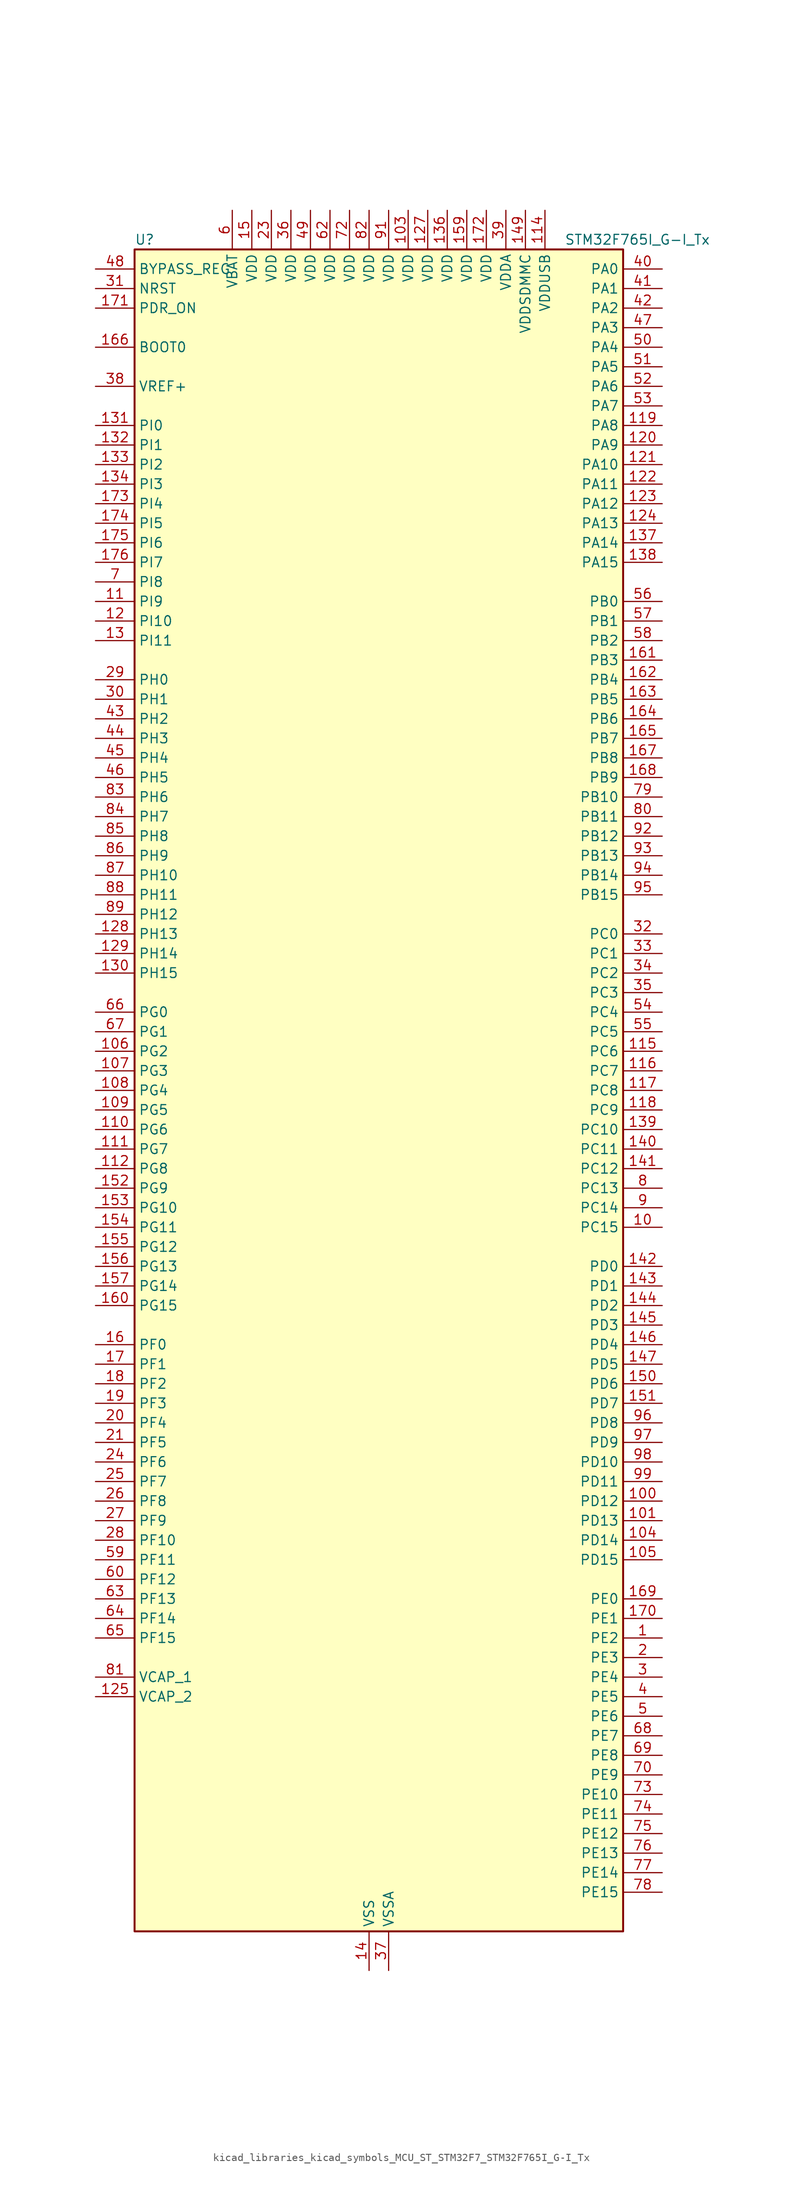
<source format=kicad_sym>
(kicad_symbol_lib
  (version 20220914)
  (generator kicad_symbol_editor)
  (symbol "kicad_libraries_kicad_symbols_MCU_ST_STM32F7_STM32F765I_G-I_Tx"
    (property "Reference" "U"
      (at -30.48 110.49 0)
      (effects (font (size 1.27 1.27)) (justify left)))
    (property "Value" "STM32F765I_G-I_Tx"
      (at 25.4 110.49 0)
      (effects (font (size 1.27 1.27)) (justify left)))
    (property "ki_locked" ""
      (at 0 0 0)
      (effects (font (size 1.27 1.27))))
    (symbol "kicad_libraries_kicad_symbols_MCU_ST_STM32F7_STM32F765I_G-I_Tx_0_1"
      (rectangle (start -30.48 -109.22) (end 33.02 109.22) (stroke (width 0.254) (type default)) (fill (type background))))
    (symbol "kicad_libraries_kicad_symbols_MCU_ST_STM32F7_STM32F765I_G-I_Tx_1_1"
      (pin bidirectional line (at 38.1 -71.12 180) (length 5.08) (name "PE2" (effects (font (size 1.27 1.27)))) (number "1" (effects (font (size 1.27 1.27)))) (alternate "ETH_TXD3" bidirectional line) (alternate "FMC_A23" bidirectional line) (alternate "QUADSPI_BK1_IO2" bidirectional line) (alternate "SAI1_MCLK_A" bidirectional line) (alternate "SPI4_SCK" bidirectional line) (alternate "SYS_TRACECLK" bidirectional line))
      (pin bidirectional line (at 38.1 -17.78 180) (length 5.08) (name "PC15" (effects (font (size 1.27 1.27)))) (number "10" (effects (font (size 1.27 1.27)))) (alternate "RCC_OSC32_OUT" bidirectional line))
      (pin bidirectional line (at 38.1 -53.34 180) (length 5.08) (name "PD12" (effects (font (size 1.27 1.27)))) (number "100" (effects (font (size 1.27 1.27)))) (alternate "FMC_A17" bidirectional line) (alternate "FMC_ALE" bidirectional line) (alternate "I2C4_SCL" bidirectional line) (alternate "LPTIM1_IN1" bidirectional line) (alternate "QUADSPI_BK1_IO1" bidirectional line) (alternate "SAI2_FS_A" bidirectional line) (alternate "TIM4_CH1" bidirectional line) (alternate "USART3_DE" bidirectional line) (alternate "USART3_RTS" bidirectional line))
      (pin bidirectional line (at 38.1 -55.88 180) (length 5.08) (name "PD13" (effects (font (size 1.27 1.27)))) (number "101" (effects (font (size 1.27 1.27)))) (alternate "FMC_A18" bidirectional line) (alternate "I2C4_SDA" bidirectional line) (alternate "LPTIM1_OUT" bidirectional line) (alternate "QUADSPI_BK1_IO3" bidirectional line) (alternate "SAI2_SCK_A" bidirectional line) (alternate "TIM4_CH2" bidirectional line))
      (pin passive line (at 0 -114.3 90) (length 5.08) hide (name "VSS" (effects (font (size 1.27 1.27)))) (number "102" (effects (font (size 1.27 1.27)))))
      (pin power_in line (at 5.08 114.3 270) (length 5.08) (name "VDD" (effects (font (size 1.27 1.27)))) (number "103" (effects (font (size 1.27 1.27)))))
      (pin bidirectional line (at 38.1 -58.42 180) (length 5.08) (name "PD14" (effects (font (size 1.27 1.27)))) (number "104" (effects (font (size 1.27 1.27)))) (alternate "FMC_D0" bidirectional line) (alternate "FMC_DA0" bidirectional line) (alternate "TIM4_CH3" bidirectional line) (alternate "UART8_CTS" bidirectional line))
      (pin bidirectional line (at 38.1 -60.96 180) (length 5.08) (name "PD15" (effects (font (size 1.27 1.27)))) (number "105" (effects (font (size 1.27 1.27)))) (alternate "FMC_D1" bidirectional line) (alternate "FMC_DA1" bidirectional line) (alternate "TIM4_CH4" bidirectional line) (alternate "UART8_DE" bidirectional line) (alternate "UART8_RTS" bidirectional line))
      (pin bidirectional line (at -35.56 5.08 0) (length 5.08) (name "PG2" (effects (font (size 1.27 1.27)))) (number "106" (effects (font (size 1.27 1.27)))) (alternate "FMC_A12" bidirectional line))
      (pin bidirectional line (at -35.56 2.54 0) (length 5.08) (name "PG3" (effects (font (size 1.27 1.27)))) (number "107" (effects (font (size 1.27 1.27)))) (alternate "FMC_A13" bidirectional line))
      (pin bidirectional line (at -35.56 0 0) (length 5.08) (name "PG4" (effects (font (size 1.27 1.27)))) (number "108" (effects (font (size 1.27 1.27)))) (alternate "FMC_A14" bidirectional line) (alternate "FMC_BA0" bidirectional line))
      (pin bidirectional line (at -35.56 -2.54 0) (length 5.08) (name "PG5" (effects (font (size 1.27 1.27)))) (number "109" (effects (font (size 1.27 1.27)))) (alternate "FMC_A15" bidirectional line) (alternate "FMC_BA1" bidirectional line))
      (pin bidirectional line (at -35.56 63.5 0) (length 5.08) (name "PI9" (effects (font (size 1.27 1.27)))) (number "11" (effects (font (size 1.27 1.27)))) (alternate "CAN1_RX" bidirectional line) (alternate "DAC_EXTI9" bidirectional line) (alternate "FMC_D30" bidirectional line) (alternate "UART4_RX" bidirectional line))
      (pin bidirectional line (at -35.56 -5.08 0) (length 5.08) (name "PG6" (effects (font (size 1.27 1.27)))) (number "110" (effects (font (size 1.27 1.27)))) (alternate "DCMI_D12" bidirectional line) (alternate "FMC_NE3" bidirectional line))
      (pin bidirectional line (at -35.56 -7.62 0) (length 5.08) (name "PG7" (effects (font (size 1.27 1.27)))) (number "111" (effects (font (size 1.27 1.27)))) (alternate "DCMI_D13" bidirectional line) (alternate "FMC_INT" bidirectional line) (alternate "SAI1_MCLK_A" bidirectional line) (alternate "USART6_CK" bidirectional line))
      (pin bidirectional line (at -35.56 -10.16 0) (length 5.08) (name "PG8" (effects (font (size 1.27 1.27)))) (number "112" (effects (font (size 1.27 1.27)))) (alternate "ETH_PPS_OUT" bidirectional line) (alternate "FMC_SDCLK" bidirectional line) (alternate "SPDIFRX_IN2" bidirectional line) (alternate "SPI6_NSS" bidirectional line) (alternate "USART6_DE" bidirectional line) (alternate "USART6_RTS" bidirectional line))
      (pin passive line (at 0 -114.3 90) (length 5.08) hide (name "VSS" (effects (font (size 1.27 1.27)))) (number "113" (effects (font (size 1.27 1.27)))))
      (pin power_in line (at 22.86 114.3 270) (length 5.08) (name "VDDUSB" (effects (font (size 1.27 1.27)))) (number "114" (effects (font (size 1.27 1.27)))))
      (pin bidirectional line (at 38.1 5.08 180) (length 5.08) (name "PC6" (effects (font (size 1.27 1.27)))) (number "115" (effects (font (size 1.27 1.27)))) (alternate "DCMI_D0" bidirectional line) (alternate "DFSDM1_CKIN3" bidirectional line) (alternate "FMC_NWAIT" bidirectional line) (alternate "I2S2_MCK" bidirectional line) (alternate "SDMMC1_D6" bidirectional line) (alternate "SDMMC2_D6" bidirectional line) (alternate "TIM3_CH1" bidirectional line) (alternate "TIM8_CH1" bidirectional line) (alternate "USART6_TX" bidirectional line))
      (pin bidirectional line (at 38.1 2.54 180) (length 5.08) (name "PC7" (effects (font (size 1.27 1.27)))) (number "116" (effects (font (size 1.27 1.27)))) (alternate "DCMI_D1" bidirectional line) (alternate "DFSDM1_DATIN3" bidirectional line) (alternate "FMC_NE1" bidirectional line) (alternate "I2S3_MCK" bidirectional line) (alternate "SDMMC1_D7" bidirectional line) (alternate "SDMMC2_D7" bidirectional line) (alternate "TIM3_CH2" bidirectional line) (alternate "TIM8_CH2" bidirectional line) (alternate "USART6_RX" bidirectional line))
      (pin bidirectional line (at 38.1 0 180) (length 5.08) (name "PC8" (effects (font (size 1.27 1.27)))) (number "117" (effects (font (size 1.27 1.27)))) (alternate "DCMI_D2" bidirectional line) (alternate "FMC_NCE" bidirectional line) (alternate "FMC_NE2" bidirectional line) (alternate "SDMMC1_D0" bidirectional line) (alternate "SYS_TRACED1" bidirectional line) (alternate "TIM3_CH3" bidirectional line) (alternate "TIM8_CH3" bidirectional line) (alternate "UART5_DE" bidirectional line) (alternate "UART5_RTS" bidirectional line) (alternate "USART6_CK" bidirectional line))
      (pin bidirectional line (at 38.1 -2.54 180) (length 5.08) (name "PC9" (effects (font (size 1.27 1.27)))) (number "118" (effects (font (size 1.27 1.27)))) (alternate "DAC_EXTI9" bidirectional line) (alternate "DCMI_D3" bidirectional line) (alternate "I2C3_SDA" bidirectional line) (alternate "I2S_CKIN" bidirectional line) (alternate "QUADSPI_BK1_IO0" bidirectional line) (alternate "RCC_MCO_2" bidirectional line) (alternate "SDMMC1_D1" bidirectional line) (alternate "TIM3_CH4" bidirectional line) (alternate "TIM8_CH4" bidirectional line) (alternate "UART5_CTS" bidirectional line))
      (pin bidirectional line (at 38.1 86.36 180) (length 5.08) (name "PA8" (effects (font (size 1.27 1.27)))) (number "119" (effects (font (size 1.27 1.27)))) (alternate "CAN3_RX" bidirectional line) (alternate "I2C3_SCL" bidirectional line) (alternate "RCC_MCO_1" bidirectional line) (alternate "TIM1_CH1" bidirectional line) (alternate "TIM8_BKIN2" bidirectional line) (alternate "UART7_RX" bidirectional line) (alternate "USART1_CK" bidirectional line) (alternate "USB_OTG_FS_SOF" bidirectional line))
      (pin bidirectional line (at -35.56 60.96 0) (length 5.08) (name "PI10" (effects (font (size 1.27 1.27)))) (number "12" (effects (font (size 1.27 1.27)))) (alternate "ETH_RX_ER" bidirectional line) (alternate "FMC_D31" bidirectional line))
      (pin bidirectional line (at 38.1 83.82 180) (length 5.08) (name "PA9" (effects (font (size 1.27 1.27)))) (number "120" (effects (font (size 1.27 1.27)))) (alternate "DAC_EXTI9" bidirectional line) (alternate "DCMI_D0" bidirectional line) (alternate "I2C3_SMBA" bidirectional line) (alternate "I2S2_CK" bidirectional line) (alternate "SPI2_SCK" bidirectional line) (alternate "TIM1_CH2" bidirectional line) (alternate "USART1_TX" bidirectional line) (alternate "USB_OTG_FS_VBUS" bidirectional line))
      (pin bidirectional line (at 38.1 81.28 180) (length 5.08) (name "PA10" (effects (font (size 1.27 1.27)))) (number "121" (effects (font (size 1.27 1.27)))) (alternate "DCMI_D1" bidirectional line) (alternate "MDIOS_MDIO" bidirectional line) (alternate "TIM1_CH3" bidirectional line) (alternate "USART1_RX" bidirectional line) (alternate "USB_OTG_FS_ID" bidirectional line))
      (pin bidirectional line (at 38.1 78.74 180) (length 5.08) (name "PA11" (effects (font (size 1.27 1.27)))) (number "122" (effects (font (size 1.27 1.27)))) (alternate "ADC1_EXTI11" bidirectional line) (alternate "ADC2_EXTI11" bidirectional line) (alternate "ADC3_EXTI11" bidirectional line) (alternate "CAN1_RX" bidirectional line) (alternate "I2S2_WS" bidirectional line) (alternate "SPI2_NSS" bidirectional line) (alternate "TIM1_CH4" bidirectional line) (alternate "UART4_RX" bidirectional line) (alternate "USART1_CTS" bidirectional line) (alternate "USB_OTG_FS_DM" bidirectional line))
      (pin bidirectional line (at 38.1 76.2 180) (length 5.08) (name "PA12" (effects (font (size 1.27 1.27)))) (number "123" (effects (font (size 1.27 1.27)))) (alternate "CAN1_TX" bidirectional line) (alternate "I2S2_CK" bidirectional line) (alternate "SAI2_FS_B" bidirectional line) (alternate "SPI2_SCK" bidirectional line) (alternate "TIM1_ETR" bidirectional line) (alternate "UART4_TX" bidirectional line) (alternate "USART1_DE" bidirectional line) (alternate "USART1_RTS" bidirectional line) (alternate "USB_OTG_FS_DP" bidirectional line))
      (pin bidirectional line (at 38.1 73.66 180) (length 5.08) (name "PA13" (effects (font (size 1.27 1.27)))) (number "124" (effects (font (size 1.27 1.27)))) (alternate "SYS_JTMS-SWDIO" bidirectional line))
      (pin power_out line (at -35.56 -78.74 0) (length 5.08) (name "VCAP_2" (effects (font (size 1.27 1.27)))) (number "125" (effects (font (size 1.27 1.27)))))
      (pin passive line (at 0 -114.3 90) (length 5.08) hide (name "VSS" (effects (font (size 1.27 1.27)))) (number "126" (effects (font (size 1.27 1.27)))))
      (pin power_in line (at 7.62 114.3 270) (length 5.08) (name "VDD" (effects (font (size 1.27 1.27)))) (number "127" (effects (font (size 1.27 1.27)))))
      (pin bidirectional line (at -35.56 20.32 0) (length 5.08) (name "PH13" (effects (font (size 1.27 1.27)))) (number "128" (effects (font (size 1.27 1.27)))) (alternate "CAN1_TX" bidirectional line) (alternate "FMC_D21" bidirectional line) (alternate "TIM8_CH1N" bidirectional line) (alternate "UART4_TX" bidirectional line))
      (pin bidirectional line (at -35.56 17.78 0) (length 5.08) (name "PH14" (effects (font (size 1.27 1.27)))) (number "129" (effects (font (size 1.27 1.27)))) (alternate "CAN1_RX" bidirectional line) (alternate "DCMI_D4" bidirectional line) (alternate "FMC_D22" bidirectional line) (alternate "TIM8_CH2N" bidirectional line) (alternate "UART4_RX" bidirectional line))
      (pin bidirectional line (at -35.56 58.42 0) (length 5.08) (name "PI11" (effects (font (size 1.27 1.27)))) (number "13" (effects (font (size 1.27 1.27)))) (alternate "ADC1_EXTI11" bidirectional line) (alternate "ADC2_EXTI11" bidirectional line) (alternate "ADC3_EXTI11" bidirectional line) (alternate "SYS_WKUP6" bidirectional line) (alternate "USB_OTG_HS_ULPI_DIR" bidirectional line))
      (pin bidirectional line (at -35.56 15.24 0) (length 5.08) (name "PH15" (effects (font (size 1.27 1.27)))) (number "130" (effects (font (size 1.27 1.27)))) (alternate "DCMI_D11" bidirectional line) (alternate "FMC_D23" bidirectional line) (alternate "TIM8_CH3N" bidirectional line))
      (pin bidirectional line (at -35.56 86.36 0) (length 5.08) (name "PI0" (effects (font (size 1.27 1.27)))) (number "131" (effects (font (size 1.27 1.27)))) (alternate "DCMI_D13" bidirectional line) (alternate "FMC_D24" bidirectional line) (alternate "I2S2_WS" bidirectional line) (alternate "SPI2_NSS" bidirectional line) (alternate "TIM5_CH4" bidirectional line))
      (pin bidirectional line (at -35.56 83.82 0) (length 5.08) (name "PI1" (effects (font (size 1.27 1.27)))) (number "132" (effects (font (size 1.27 1.27)))) (alternate "DCMI_D8" bidirectional line) (alternate "FMC_D25" bidirectional line) (alternate "I2S2_CK" bidirectional line) (alternate "SPI2_SCK" bidirectional line) (alternate "TIM8_BKIN2" bidirectional line))
      (pin bidirectional line (at -35.56 81.28 0) (length 5.08) (name "PI2" (effects (font (size 1.27 1.27)))) (number "133" (effects (font (size 1.27 1.27)))) (alternate "DCMI_D9" bidirectional line) (alternate "FMC_D26" bidirectional line) (alternate "SPI2_MISO" bidirectional line) (alternate "TIM8_CH4" bidirectional line))
      (pin bidirectional line (at -35.56 78.74 0) (length 5.08) (name "PI3" (effects (font (size 1.27 1.27)))) (number "134" (effects (font (size 1.27 1.27)))) (alternate "DCMI_D10" bidirectional line) (alternate "FMC_D27" bidirectional line) (alternate "I2S2_SD" bidirectional line) (alternate "SPI2_MOSI" bidirectional line) (alternate "TIM8_ETR" bidirectional line))
      (pin passive line (at 0 -114.3 90) (length 5.08) hide (name "VSS" (effects (font (size 1.27 1.27)))) (number "135" (effects (font (size 1.27 1.27)))))
      (pin power_in line (at 10.16 114.3 270) (length 5.08) (name "VDD" (effects (font (size 1.27 1.27)))) (number "136" (effects (font (size 1.27 1.27)))))
      (pin bidirectional line (at 38.1 71.12 180) (length 5.08) (name "PA14" (effects (font (size 1.27 1.27)))) (number "137" (effects (font (size 1.27 1.27)))) (alternate "SYS_JTCK-SWCLK" bidirectional line))
      (pin bidirectional line (at 38.1 68.58 180) (length 5.08) (name "PA15" (effects (font (size 1.27 1.27)))) (number "138" (effects (font (size 1.27 1.27)))) (alternate "CAN3_TX" bidirectional line) (alternate "CEC" bidirectional line) (alternate "I2S1_WS" bidirectional line) (alternate "I2S3_WS" bidirectional line) (alternate "SPI1_NSS" bidirectional line) (alternate "SPI3_NSS" bidirectional line) (alternate "SPI6_NSS" bidirectional line) (alternate "SYS_JTDI" bidirectional line) (alternate "TIM2_CH1" bidirectional line) (alternate "TIM2_ETR" bidirectional line) (alternate "UART4_DE" bidirectional line) (alternate "UART4_RTS" bidirectional line) (alternate "UART7_TX" bidirectional line))
      (pin bidirectional line (at 38.1 -5.08 180) (length 5.08) (name "PC10" (effects (font (size 1.27 1.27)))) (number "139" (effects (font (size 1.27 1.27)))) (alternate "DCMI_D8" bidirectional line) (alternate "DFSDM1_CKIN5" bidirectional line) (alternate "I2S3_CK" bidirectional line) (alternate "QUADSPI_BK1_IO1" bidirectional line) (alternate "SDMMC1_D2" bidirectional line) (alternate "SPI3_SCK" bidirectional line) (alternate "UART4_TX" bidirectional line) (alternate "USART3_TX" bidirectional line))
      (pin power_in line (at 0 -114.3 90) (length 5.08) (name "VSS" (effects (font (size 1.27 1.27)))) (number "14" (effects (font (size 1.27 1.27)))))
      (pin bidirectional line (at 38.1 -7.62 180) (length 5.08) (name "PC11" (effects (font (size 1.27 1.27)))) (number "140" (effects (font (size 1.27 1.27)))) (alternate "ADC1_EXTI11" bidirectional line) (alternate "ADC2_EXTI11" bidirectional line) (alternate "ADC3_EXTI11" bidirectional line) (alternate "DCMI_D4" bidirectional line) (alternate "DFSDM1_DATIN5" bidirectional line) (alternate "QUADSPI_BK2_NCS" bidirectional line) (alternate "SDMMC1_D3" bidirectional line) (alternate "SPI3_MISO" bidirectional line) (alternate "UART4_RX" bidirectional line) (alternate "USART3_RX" bidirectional line))
      (pin bidirectional line (at 38.1 -10.16 180) (length 5.08) (name "PC12" (effects (font (size 1.27 1.27)))) (number "141" (effects (font (size 1.27 1.27)))) (alternate "DCMI_D9" bidirectional line) (alternate "I2S3_SD" bidirectional line) (alternate "SDMMC1_CK" bidirectional line) (alternate "SPI3_MOSI" bidirectional line) (alternate "SYS_TRACED3" bidirectional line) (alternate "UART5_TX" bidirectional line) (alternate "USART3_CK" bidirectional line))
      (pin bidirectional line (at 38.1 -22.86 180) (length 5.08) (name "PD0" (effects (font (size 1.27 1.27)))) (number "142" (effects (font (size 1.27 1.27)))) (alternate "CAN1_RX" bidirectional line) (alternate "DFSDM1_CKIN6" bidirectional line) (alternate "DFSDM1_DATIN7" bidirectional line) (alternate "FMC_D2" bidirectional line) (alternate "FMC_DA2" bidirectional line) (alternate "UART4_RX" bidirectional line))
      (pin bidirectional line (at 38.1 -25.4 180) (length 5.08) (name "PD1" (effects (font (size 1.27 1.27)))) (number "143" (effects (font (size 1.27 1.27)))) (alternate "CAN1_TX" bidirectional line) (alternate "DFSDM1_CKIN7" bidirectional line) (alternate "DFSDM1_DATIN6" bidirectional line) (alternate "FMC_D3" bidirectional line) (alternate "FMC_DA3" bidirectional line) (alternate "UART4_TX" bidirectional line))
      (pin bidirectional line (at 38.1 -27.94 180) (length 5.08) (name "PD2" (effects (font (size 1.27 1.27)))) (number "144" (effects (font (size 1.27 1.27)))) (alternate "DCMI_D11" bidirectional line) (alternate "SDMMC1_CMD" bidirectional line) (alternate "SYS_TRACED2" bidirectional line) (alternate "TIM3_ETR" bidirectional line) (alternate "UART5_RX" bidirectional line))
      (pin bidirectional line (at 38.1 -30.48 180) (length 5.08) (name "PD3" (effects (font (size 1.27 1.27)))) (number "145" (effects (font (size 1.27 1.27)))) (alternate "DCMI_D5" bidirectional line) (alternate "DFSDM1_CKOUT" bidirectional line) (alternate "DFSDM1_DATIN0" bidirectional line) (alternate "FMC_CLK" bidirectional line) (alternate "I2S2_CK" bidirectional line) (alternate "SPI2_SCK" bidirectional line) (alternate "USART2_CTS" bidirectional line))
      (pin bidirectional line (at 38.1 -33.02 180) (length 5.08) (name "PD4" (effects (font (size 1.27 1.27)))) (number "146" (effects (font (size 1.27 1.27)))) (alternate "DFSDM1_CKIN0" bidirectional line) (alternate "FMC_NOE" bidirectional line) (alternate "USART2_DE" bidirectional line) (alternate "USART2_RTS" bidirectional line))
      (pin bidirectional line (at 38.1 -35.56 180) (length 5.08) (name "PD5" (effects (font (size 1.27 1.27)))) (number "147" (effects (font (size 1.27 1.27)))) (alternate "FMC_NWE" bidirectional line) (alternate "USART2_TX" bidirectional line))
      (pin passive line (at 0 -114.3 90) (length 5.08) hide (name "VSS" (effects (font (size 1.27 1.27)))) (number "148" (effects (font (size 1.27 1.27)))))
      (pin power_in line (at 20.32 114.3 270) (length 5.08) (name "VDDSDMMC" (effects (font (size 1.27 1.27)))) (number "149" (effects (font (size 1.27 1.27)))))
      (pin power_in line (at -15.24 114.3 270) (length 5.08) (name "VDD" (effects (font (size 1.27 1.27)))) (number "15" (effects (font (size 1.27 1.27)))))
      (pin bidirectional line (at 38.1 -38.1 180) (length 5.08) (name "PD6" (effects (font (size 1.27 1.27)))) (number "150" (effects (font (size 1.27 1.27)))) (alternate "DCMI_D10" bidirectional line) (alternate "DFSDM1_CKIN4" bidirectional line) (alternate "DFSDM1_DATIN1" bidirectional line) (alternate "FMC_NWAIT" bidirectional line) (alternate "I2S3_SD" bidirectional line) (alternate "SAI1_SD_A" bidirectional line) (alternate "SDMMC2_CK" bidirectional line) (alternate "SPI3_MOSI" bidirectional line) (alternate "USART2_RX" bidirectional line))
      (pin bidirectional line (at 38.1 -40.64 180) (length 5.08) (name "PD7" (effects (font (size 1.27 1.27)))) (number "151" (effects (font (size 1.27 1.27)))) (alternate "DFSDM1_CKIN1" bidirectional line) (alternate "DFSDM1_DATIN4" bidirectional line) (alternate "FMC_NE1" bidirectional line) (alternate "I2S1_SD" bidirectional line) (alternate "SDMMC2_CMD" bidirectional line) (alternate "SPDIFRX_IN0" bidirectional line) (alternate "SPI1_MOSI" bidirectional line) (alternate "USART2_CK" bidirectional line))
      (pin bidirectional line (at -35.56 -12.7 0) (length 5.08) (name "PG9" (effects (font (size 1.27 1.27)))) (number "152" (effects (font (size 1.27 1.27)))) (alternate "DAC_EXTI9" bidirectional line) (alternate "DCMI_VSYNC" bidirectional line) (alternate "FMC_NCE" bidirectional line) (alternate "FMC_NE2" bidirectional line) (alternate "QUADSPI_BK2_IO2" bidirectional line) (alternate "SAI2_FS_B" bidirectional line) (alternate "SDMMC2_D0" bidirectional line) (alternate "SPDIFRX_IN3" bidirectional line) (alternate "SPI1_MISO" bidirectional line) (alternate "USART6_RX" bidirectional line))
      (pin bidirectional line (at -35.56 -15.24 0) (length 5.08) (name "PG10" (effects (font (size 1.27 1.27)))) (number "153" (effects (font (size 1.27 1.27)))) (alternate "DCMI_D2" bidirectional line) (alternate "FMC_NE3" bidirectional line) (alternate "I2S1_WS" bidirectional line) (alternate "SAI2_SD_B" bidirectional line) (alternate "SDMMC2_D1" bidirectional line) (alternate "SPI1_NSS" bidirectional line))
      (pin bidirectional line (at -35.56 -17.78 0) (length 5.08) (name "PG11" (effects (font (size 1.27 1.27)))) (number "154" (effects (font (size 1.27 1.27)))) (alternate "ADC1_EXTI11" bidirectional line) (alternate "ADC2_EXTI11" bidirectional line) (alternate "ADC3_EXTI11" bidirectional line) (alternate "DCMI_D3" bidirectional line) (alternate "ETH_TX_EN" bidirectional line) (alternate "I2S1_CK" bidirectional line) (alternate "SDMMC2_D2" bidirectional line) (alternate "SPDIFRX_IN0" bidirectional line) (alternate "SPI1_SCK" bidirectional line))
      (pin bidirectional line (at -35.56 -20.32 0) (length 5.08) (name "PG12" (effects (font (size 1.27 1.27)))) (number "155" (effects (font (size 1.27 1.27)))) (alternate "FMC_NE4" bidirectional line) (alternate "LPTIM1_IN1" bidirectional line) (alternate "SDMMC2_D3" bidirectional line) (alternate "SPDIFRX_IN1" bidirectional line) (alternate "SPI6_MISO" bidirectional line) (alternate "USART6_DE" bidirectional line) (alternate "USART6_RTS" bidirectional line))
      (pin bidirectional line (at -35.56 -22.86 0) (length 5.08) (name "PG13" (effects (font (size 1.27 1.27)))) (number "156" (effects (font (size 1.27 1.27)))) (alternate "ETH_TXD0" bidirectional line) (alternate "FMC_A24" bidirectional line) (alternate "LPTIM1_OUT" bidirectional line) (alternate "SPI6_SCK" bidirectional line) (alternate "SYS_TRACED0" bidirectional line) (alternate "USART6_CTS" bidirectional line))
      (pin bidirectional line (at -35.56 -25.4 0) (length 5.08) (name "PG14" (effects (font (size 1.27 1.27)))) (number "157" (effects (font (size 1.27 1.27)))) (alternate "ETH_TXD1" bidirectional line) (alternate "FMC_A25" bidirectional line) (alternate "LPTIM1_ETR" bidirectional line) (alternate "QUADSPI_BK2_IO3" bidirectional line) (alternate "SPI6_MOSI" bidirectional line) (alternate "SYS_TRACED1" bidirectional line) (alternate "USART6_TX" bidirectional line))
      (pin passive line (at 0 -114.3 90) (length 5.08) hide (name "VSS" (effects (font (size 1.27 1.27)))) (number "158" (effects (font (size 1.27 1.27)))))
      (pin power_in line (at 12.7 114.3 270) (length 5.08) (name "VDD" (effects (font (size 1.27 1.27)))) (number "159" (effects (font (size 1.27 1.27)))))
      (pin bidirectional line (at -35.56 -33.02 0) (length 5.08) (name "PF0" (effects (font (size 1.27 1.27)))) (number "16" (effects (font (size 1.27 1.27)))) (alternate "FMC_A0" bidirectional line) (alternate "I2C2_SDA" bidirectional line))
      (pin bidirectional line (at -35.56 -27.94 0) (length 5.08) (name "PG15" (effects (font (size 1.27 1.27)))) (number "160" (effects (font (size 1.27 1.27)))) (alternate "DCMI_D13" bidirectional line) (alternate "FMC_SDNCAS" bidirectional line) (alternate "USART6_CTS" bidirectional line))
      (pin bidirectional line (at 38.1 55.88 180) (length 5.08) (name "PB3" (effects (font (size 1.27 1.27)))) (number "161" (effects (font (size 1.27 1.27)))) (alternate "CAN3_RX" bidirectional line) (alternate "I2S1_CK" bidirectional line) (alternate "I2S3_CK" bidirectional line) (alternate "SDMMC2_D2" bidirectional line) (alternate "SPI1_SCK" bidirectional line) (alternate "SPI3_SCK" bidirectional line) (alternate "SPI6_SCK" bidirectional line) (alternate "SYS_JTDO-SWO" bidirectional line) (alternate "TIM2_CH2" bidirectional line) (alternate "UART7_RX" bidirectional line))
      (pin bidirectional line (at 38.1 53.34 180) (length 5.08) (name "PB4" (effects (font (size 1.27 1.27)))) (number "162" (effects (font (size 1.27 1.27)))) (alternate "CAN3_TX" bidirectional line) (alternate "I2S2_WS" bidirectional line) (alternate "SDMMC2_D3" bidirectional line) (alternate "SPI1_MISO" bidirectional line) (alternate "SPI2_NSS" bidirectional line) (alternate "SPI3_MISO" bidirectional line) (alternate "SPI6_MISO" bidirectional line) (alternate "SYS_JTRST" bidirectional line) (alternate "TIM3_CH1" bidirectional line) (alternate "UART7_TX" bidirectional line))
      (pin bidirectional line (at 38.1 50.8 180) (length 5.08) (name "PB5" (effects (font (size 1.27 1.27)))) (number "163" (effects (font (size 1.27 1.27)))) (alternate "CAN2_RX" bidirectional line) (alternate "DCMI_D10" bidirectional line) (alternate "ETH_PPS_OUT" bidirectional line) (alternate "FMC_SDCKE1" bidirectional line) (alternate "I2C1_SMBA" bidirectional line) (alternate "I2S1_SD" bidirectional line) (alternate "I2S3_SD" bidirectional line) (alternate "SPI1_MOSI" bidirectional line) (alternate "SPI3_MOSI" bidirectional line) (alternate "SPI6_MOSI" bidirectional line) (alternate "TIM3_CH2" bidirectional line) (alternate "UART5_RX" bidirectional line) (alternate "USB_OTG_HS_ULPI_D7" bidirectional line))
      (pin bidirectional line (at 38.1 48.26 180) (length 5.08) (name "PB6" (effects (font (size 1.27 1.27)))) (number "164" (effects (font (size 1.27 1.27)))) (alternate "CAN2_TX" bidirectional line) (alternate "CEC" bidirectional line) (alternate "DCMI_D5" bidirectional line) (alternate "DFSDM1_DATIN5" bidirectional line) (alternate "FMC_SDNE1" bidirectional line) (alternate "I2C1_SCL" bidirectional line) (alternate "I2C4_SCL" bidirectional line) (alternate "QUADSPI_BK1_NCS" bidirectional line) (alternate "TIM4_CH1" bidirectional line) (alternate "UART5_TX" bidirectional line) (alternate "USART1_TX" bidirectional line))
      (pin bidirectional line (at 38.1 45.72 180) (length 5.08) (name "PB7" (effects (font (size 1.27 1.27)))) (number "165" (effects (font (size 1.27 1.27)))) (alternate "DCMI_VSYNC" bidirectional line) (alternate "DFSDM1_CKIN5" bidirectional line) (alternate "FMC_NL" bidirectional line) (alternate "I2C1_SDA" bidirectional line) (alternate "I2C4_SDA" bidirectional line) (alternate "TIM4_CH2" bidirectional line) (alternate "USART1_RX" bidirectional line))
      (pin input line (at -35.56 96.52 0) (length 5.08) (name "BOOT0" (effects (font (size 1.27 1.27)))) (number "166" (effects (font (size 1.27 1.27)))))
      (pin bidirectional line (at 38.1 43.18 180) (length 5.08) (name "PB8" (effects (font (size 1.27 1.27)))) (number "167" (effects (font (size 1.27 1.27)))) (alternate "CAN1_RX" bidirectional line) (alternate "DCMI_D6" bidirectional line) (alternate "DFSDM1_CKIN7" bidirectional line) (alternate "ETH_TXD3" bidirectional line) (alternate "I2C1_SCL" bidirectional line) (alternate "I2C4_SCL" bidirectional line) (alternate "SDMMC1_D4" bidirectional line) (alternate "SDMMC2_D4" bidirectional line) (alternate "TIM10_CH1" bidirectional line) (alternate "TIM4_CH3" bidirectional line) (alternate "UART5_RX" bidirectional line))
      (pin bidirectional line (at 38.1 40.64 180) (length 5.08) (name "PB9" (effects (font (size 1.27 1.27)))) (number "168" (effects (font (size 1.27 1.27)))) (alternate "CAN1_TX" bidirectional line) (alternate "DAC_EXTI9" bidirectional line) (alternate "DCMI_D7" bidirectional line) (alternate "DFSDM1_DATIN7" bidirectional line) (alternate "I2C1_SDA" bidirectional line) (alternate "I2C4_SDA" bidirectional line) (alternate "I2C4_SMBA" bidirectional line) (alternate "I2S2_WS" bidirectional line) (alternate "SDMMC1_D5" bidirectional line) (alternate "SDMMC2_D5" bidirectional line) (alternate "SPI2_NSS" bidirectional line) (alternate "TIM11_CH1" bidirectional line) (alternate "TIM4_CH4" bidirectional line) (alternate "UART5_TX" bidirectional line))
      (pin bidirectional line (at 38.1 -66.04 180) (length 5.08) (name "PE0" (effects (font (size 1.27 1.27)))) (number "169" (effects (font (size 1.27 1.27)))) (alternate "DCMI_D2" bidirectional line) (alternate "FMC_NBL0" bidirectional line) (alternate "LPTIM1_ETR" bidirectional line) (alternate "SAI2_MCLK_A" bidirectional line) (alternate "TIM4_ETR" bidirectional line) (alternate "UART8_RX" bidirectional line))
      (pin bidirectional line (at -35.56 -35.56 0) (length 5.08) (name "PF1" (effects (font (size 1.27 1.27)))) (number "17" (effects (font (size 1.27 1.27)))) (alternate "FMC_A1" bidirectional line) (alternate "I2C2_SCL" bidirectional line))
      (pin bidirectional line (at 38.1 -68.58 180) (length 5.08) (name "PE1" (effects (font (size 1.27 1.27)))) (number "170" (effects (font (size 1.27 1.27)))) (alternate "DCMI_D3" bidirectional line) (alternate "FMC_NBL1" bidirectional line) (alternate "LPTIM1_IN2" bidirectional line) (alternate "UART8_TX" bidirectional line))
      (pin input line (at -35.56 101.6 0) (length 5.08) (name "PDR_ON" (effects (font (size 1.27 1.27)))) (number "171" (effects (font (size 1.27 1.27)))))
      (pin power_in line (at 15.24 114.3 270) (length 5.08) (name "VDD" (effects (font (size 1.27 1.27)))) (number "172" (effects (font (size 1.27 1.27)))))
      (pin bidirectional line (at -35.56 76.2 0) (length 5.08) (name "PI4" (effects (font (size 1.27 1.27)))) (number "173" (effects (font (size 1.27 1.27)))) (alternate "DCMI_D5" bidirectional line) (alternate "FMC_NBL2" bidirectional line) (alternate "SAI2_MCLK_A" bidirectional line) (alternate "TIM8_BKIN" bidirectional line))
      (pin bidirectional line (at -35.56 73.66 0) (length 5.08) (name "PI5" (effects (font (size 1.27 1.27)))) (number "174" (effects (font (size 1.27 1.27)))) (alternate "DCMI_VSYNC" bidirectional line) (alternate "FMC_NBL3" bidirectional line) (alternate "SAI2_SCK_A" bidirectional line) (alternate "TIM8_CH1" bidirectional line))
      (pin bidirectional line (at -35.56 71.12 0) (length 5.08) (name "PI6" (effects (font (size 1.27 1.27)))) (number "175" (effects (font (size 1.27 1.27)))) (alternate "DCMI_D6" bidirectional line) (alternate "FMC_D28" bidirectional line) (alternate "SAI2_SD_A" bidirectional line) (alternate "TIM8_CH2" bidirectional line))
      (pin bidirectional line (at -35.56 68.58 0) (length 5.08) (name "PI7" (effects (font (size 1.27 1.27)))) (number "176" (effects (font (size 1.27 1.27)))) (alternate "DCMI_D7" bidirectional line) (alternate "FMC_D29" bidirectional line) (alternate "SAI2_FS_A" bidirectional line) (alternate "TIM8_CH3" bidirectional line))
      (pin bidirectional line (at -35.56 -38.1 0) (length 5.08) (name "PF2" (effects (font (size 1.27 1.27)))) (number "18" (effects (font (size 1.27 1.27)))) (alternate "FMC_A2" bidirectional line) (alternate "I2C2_SMBA" bidirectional line))
      (pin bidirectional line (at -35.56 -40.64 0) (length 5.08) (name "PF3" (effects (font (size 1.27 1.27)))) (number "19" (effects (font (size 1.27 1.27)))) (alternate "ADC3_IN9" bidirectional line) (alternate "FMC_A3" bidirectional line))
      (pin bidirectional line (at 38.1 -73.66 180) (length 5.08) (name "PE3" (effects (font (size 1.27 1.27)))) (number "2" (effects (font (size 1.27 1.27)))) (alternate "FMC_A19" bidirectional line) (alternate "SAI1_SD_B" bidirectional line) (alternate "SYS_TRACED0" bidirectional line))
      (pin bidirectional line (at -35.56 -43.18 0) (length 5.08) (name "PF4" (effects (font (size 1.27 1.27)))) (number "20" (effects (font (size 1.27 1.27)))) (alternate "ADC3_IN14" bidirectional line) (alternate "FMC_A4" bidirectional line))
      (pin bidirectional line (at -35.56 -45.72 0) (length 5.08) (name "PF5" (effects (font (size 1.27 1.27)))) (number "21" (effects (font (size 1.27 1.27)))) (alternate "ADC3_IN15" bidirectional line) (alternate "FMC_A5" bidirectional line))
      (pin passive line (at 0 -114.3 90) (length 5.08) hide (name "VSS" (effects (font (size 1.27 1.27)))) (number "22" (effects (font (size 1.27 1.27)))))
      (pin power_in line (at -12.7 114.3 270) (length 5.08) (name "VDD" (effects (font (size 1.27 1.27)))) (number "23" (effects (font (size 1.27 1.27)))))
      (pin bidirectional line (at -35.56 -48.26 0) (length 5.08) (name "PF6" (effects (font (size 1.27 1.27)))) (number "24" (effects (font (size 1.27 1.27)))) (alternate "ADC3_IN4" bidirectional line) (alternate "QUADSPI_BK1_IO3" bidirectional line) (alternate "SAI1_SD_B" bidirectional line) (alternate "SPI5_NSS" bidirectional line) (alternate "TIM10_CH1" bidirectional line) (alternate "UART7_RX" bidirectional line))
      (pin bidirectional line (at -35.56 -50.8 0) (length 5.08) (name "PF7" (effects (font (size 1.27 1.27)))) (number "25" (effects (font (size 1.27 1.27)))) (alternate "ADC3_IN5" bidirectional line) (alternate "QUADSPI_BK1_IO2" bidirectional line) (alternate "SAI1_MCLK_B" bidirectional line) (alternate "SPI5_SCK" bidirectional line) (alternate "TIM11_CH1" bidirectional line) (alternate "UART7_TX" bidirectional line))
      (pin bidirectional line (at -35.56 -53.34 0) (length 5.08) (name "PF8" (effects (font (size 1.27 1.27)))) (number "26" (effects (font (size 1.27 1.27)))) (alternate "ADC3_IN6" bidirectional line) (alternate "QUADSPI_BK1_IO0" bidirectional line) (alternate "SAI1_SCK_B" bidirectional line) (alternate "SPI5_MISO" bidirectional line) (alternate "TIM13_CH1" bidirectional line) (alternate "UART7_DE" bidirectional line) (alternate "UART7_RTS" bidirectional line))
      (pin bidirectional line (at -35.56 -55.88 0) (length 5.08) (name "PF9" (effects (font (size 1.27 1.27)))) (number "27" (effects (font (size 1.27 1.27)))) (alternate "ADC3_IN7" bidirectional line) (alternate "DAC_EXTI9" bidirectional line) (alternate "QUADSPI_BK1_IO1" bidirectional line) (alternate "SAI1_FS_B" bidirectional line) (alternate "SPI5_MOSI" bidirectional line) (alternate "TIM14_CH1" bidirectional line) (alternate "UART7_CTS" bidirectional line))
      (pin bidirectional line (at -35.56 -58.42 0) (length 5.08) (name "PF10" (effects (font (size 1.27 1.27)))) (number "28" (effects (font (size 1.27 1.27)))) (alternate "ADC3_IN8" bidirectional line) (alternate "DCMI_D11" bidirectional line) (alternate "QUADSPI_CLK" bidirectional line))
      (pin bidirectional line (at -35.56 53.34 0) (length 5.08) (name "PH0" (effects (font (size 1.27 1.27)))) (number "29" (effects (font (size 1.27 1.27)))) (alternate "RCC_OSC_IN" bidirectional line))
      (pin bidirectional line (at 38.1 -76.2 180) (length 5.08) (name "PE4" (effects (font (size 1.27 1.27)))) (number "3" (effects (font (size 1.27 1.27)))) (alternate "DCMI_D4" bidirectional line) (alternate "DFSDM1_DATIN3" bidirectional line) (alternate "FMC_A20" bidirectional line) (alternate "SAI1_FS_A" bidirectional line) (alternate "SPI4_NSS" bidirectional line) (alternate "SYS_TRACED1" bidirectional line))
      (pin bidirectional line (at -35.56 50.8 0) (length 5.08) (name "PH1" (effects (font (size 1.27 1.27)))) (number "30" (effects (font (size 1.27 1.27)))) (alternate "RCC_OSC_OUT" bidirectional line))
      (pin input line (at -35.56 104.14 0) (length 5.08) (name "NRST" (effects (font (size 1.27 1.27)))) (number "31" (effects (font (size 1.27 1.27)))))
      (pin bidirectional line (at 38.1 20.32 180) (length 5.08) (name "PC0" (effects (font (size 1.27 1.27)))) (number "32" (effects (font (size 1.27 1.27)))) (alternate "ADC1_IN10" bidirectional line) (alternate "ADC2_IN10" bidirectional line) (alternate "ADC3_IN10" bidirectional line) (alternate "DFSDM1_CKIN0" bidirectional line) (alternate "DFSDM1_DATIN4" bidirectional line) (alternate "FMC_SDNWE" bidirectional line) (alternate "SAI2_FS_B" bidirectional line) (alternate "USB_OTG_HS_ULPI_STP" bidirectional line))
      (pin bidirectional line (at 38.1 17.78 180) (length 5.08) (name "PC1" (effects (font (size 1.27 1.27)))) (number "33" (effects (font (size 1.27 1.27)))) (alternate "ADC1_IN11" bidirectional line) (alternate "ADC2_IN11" bidirectional line) (alternate "ADC3_IN11" bidirectional line) (alternate "DFSDM1_CKIN4" bidirectional line) (alternate "DFSDM1_DATIN0" bidirectional line) (alternate "ETH_MDC" bidirectional line) (alternate "I2S2_SD" bidirectional line) (alternate "MDIOS_MDC" bidirectional line) (alternate "RTC_TAMP3" bidirectional line) (alternate "RTC_TS" bidirectional line) (alternate "SAI1_SD_A" bidirectional line) (alternate "SPI2_MOSI" bidirectional line) (alternate "SYS_TRACED0" bidirectional line) (alternate "SYS_WKUP3" bidirectional line))
      (pin bidirectional line (at 38.1 15.24 180) (length 5.08) (name "PC2" (effects (font (size 1.27 1.27)))) (number "34" (effects (font (size 1.27 1.27)))) (alternate "ADC1_IN12" bidirectional line) (alternate "ADC2_IN12" bidirectional line) (alternate "ADC3_IN12" bidirectional line) (alternate "DFSDM1_CKIN1" bidirectional line) (alternate "DFSDM1_CKOUT" bidirectional line) (alternate "ETH_TXD2" bidirectional line) (alternate "FMC_SDNE0" bidirectional line) (alternate "SPI2_MISO" bidirectional line) (alternate "USB_OTG_HS_ULPI_DIR" bidirectional line))
      (pin bidirectional line (at 38.1 12.7 180) (length 5.08) (name "PC3" (effects (font (size 1.27 1.27)))) (number "35" (effects (font (size 1.27 1.27)))) (alternate "ADC1_IN13" bidirectional line) (alternate "ADC2_IN13" bidirectional line) (alternate "ADC3_IN13" bidirectional line) (alternate "DFSDM1_DATIN1" bidirectional line) (alternate "ETH_TX_CLK" bidirectional line) (alternate "FMC_SDCKE0" bidirectional line) (alternate "I2S2_SD" bidirectional line) (alternate "SPI2_MOSI" bidirectional line) (alternate "USB_OTG_HS_ULPI_NXT" bidirectional line))
      (pin power_in line (at -10.16 114.3 270) (length 5.08) (name "VDD" (effects (font (size 1.27 1.27)))) (number "36" (effects (font (size 1.27 1.27)))))
      (pin power_in line (at 2.54 -114.3 90) (length 5.08) (name "VSSA" (effects (font (size 1.27 1.27)))) (number "37" (effects (font (size 1.27 1.27)))))
      (pin input line (at -35.56 91.44 0) (length 5.08) (name "VREF+" (effects (font (size 1.27 1.27)))) (number "38" (effects (font (size 1.27 1.27)))))
      (pin power_in line (at 17.78 114.3 270) (length 5.08) (name "VDDA" (effects (font (size 1.27 1.27)))) (number "39" (effects (font (size 1.27 1.27)))))
      (pin bidirectional line (at 38.1 -78.74 180) (length 5.08) (name "PE5" (effects (font (size 1.27 1.27)))) (number "4" (effects (font (size 1.27 1.27)))) (alternate "DCMI_D6" bidirectional line) (alternate "DFSDM1_CKIN3" bidirectional line) (alternate "FMC_A21" bidirectional line) (alternate "SAI1_SCK_A" bidirectional line) (alternate "SPI4_MISO" bidirectional line) (alternate "SYS_TRACED2" bidirectional line) (alternate "TIM9_CH1" bidirectional line))
      (pin bidirectional line (at 38.1 106.68 180) (length 5.08) (name "PA0" (effects (font (size 1.27 1.27)))) (number "40" (effects (font (size 1.27 1.27)))) (alternate "ADC1_IN0" bidirectional line) (alternate "ADC2_IN0" bidirectional line) (alternate "ADC3_IN0" bidirectional line) (alternate "ETH_CRS" bidirectional line) (alternate "SAI2_SD_B" bidirectional line) (alternate "SYS_WKUP1" bidirectional line) (alternate "TIM2_CH1" bidirectional line) (alternate "TIM2_ETR" bidirectional line) (alternate "TIM5_CH1" bidirectional line) (alternate "TIM8_ETR" bidirectional line) (alternate "UART4_TX" bidirectional line) (alternate "USART2_CTS" bidirectional line))
      (pin bidirectional line (at 38.1 104.14 180) (length 5.08) (name "PA1" (effects (font (size 1.27 1.27)))) (number "41" (effects (font (size 1.27 1.27)))) (alternate "ADC1_IN1" bidirectional line) (alternate "ADC2_IN1" bidirectional line) (alternate "ADC3_IN1" bidirectional line) (alternate "ETH_REF_CLK" bidirectional line) (alternate "ETH_RX_CLK" bidirectional line) (alternate "QUADSPI_BK1_IO3" bidirectional line) (alternate "SAI2_MCLK_B" bidirectional line) (alternate "TIM2_CH2" bidirectional line) (alternate "TIM5_CH2" bidirectional line) (alternate "UART4_RX" bidirectional line) (alternate "USART2_DE" bidirectional line) (alternate "USART2_RTS" bidirectional line))
      (pin bidirectional line (at 38.1 101.6 180) (length 5.08) (name "PA2" (effects (font (size 1.27 1.27)))) (number "42" (effects (font (size 1.27 1.27)))) (alternate "ADC1_IN2" bidirectional line) (alternate "ADC2_IN2" bidirectional line) (alternate "ADC3_IN2" bidirectional line) (alternate "ETH_MDIO" bidirectional line) (alternate "MDIOS_MDIO" bidirectional line) (alternate "SAI2_SCK_B" bidirectional line) (alternate "SYS_WKUP2" bidirectional line) (alternate "TIM2_CH3" bidirectional line) (alternate "TIM5_CH3" bidirectional line) (alternate "TIM9_CH1" bidirectional line) (alternate "USART2_TX" bidirectional line))
      (pin bidirectional line (at -35.56 48.26 0) (length 5.08) (name "PH2" (effects (font (size 1.27 1.27)))) (number "43" (effects (font (size 1.27 1.27)))) (alternate "ETH_CRS" bidirectional line) (alternate "FMC_SDCKE0" bidirectional line) (alternate "LPTIM1_IN2" bidirectional line) (alternate "QUADSPI_BK2_IO0" bidirectional line) (alternate "SAI2_SCK_B" bidirectional line))
      (pin bidirectional line (at -35.56 45.72 0) (length 5.08) (name "PH3" (effects (font (size 1.27 1.27)))) (number "44" (effects (font (size 1.27 1.27)))) (alternate "ETH_COL" bidirectional line) (alternate "FMC_SDNE0" bidirectional line) (alternate "QUADSPI_BK2_IO1" bidirectional line) (alternate "SAI2_MCLK_B" bidirectional line))
      (pin bidirectional line (at -35.56 43.18 0) (length 5.08) (name "PH4" (effects (font (size 1.27 1.27)))) (number "45" (effects (font (size 1.27 1.27)))) (alternate "I2C2_SCL" bidirectional line) (alternate "USB_OTG_HS_ULPI_NXT" bidirectional line))
      (pin bidirectional line (at -35.56 40.64 0) (length 5.08) (name "PH5" (effects (font (size 1.27 1.27)))) (number "46" (effects (font (size 1.27 1.27)))) (alternate "FMC_SDNWE" bidirectional line) (alternate "I2C2_SDA" bidirectional line) (alternate "SPI5_NSS" bidirectional line))
      (pin bidirectional line (at 38.1 99.06 180) (length 5.08) (name "PA3" (effects (font (size 1.27 1.27)))) (number "47" (effects (font (size 1.27 1.27)))) (alternate "ADC1_IN3" bidirectional line) (alternate "ADC2_IN3" bidirectional line) (alternate "ADC3_IN3" bidirectional line) (alternate "ETH_COL" bidirectional line) (alternate "TIM2_CH4" bidirectional line) (alternate "TIM5_CH4" bidirectional line) (alternate "TIM9_CH2" bidirectional line) (alternate "USART2_RX" bidirectional line) (alternate "USB_OTG_HS_ULPI_D0" bidirectional line))
      (pin input line (at -35.56 106.68 0) (length 5.08) (name "BYPASS_REG" (effects (font (size 1.27 1.27)))) (number "48" (effects (font (size 1.27 1.27)))))
      (pin power_in line (at -7.62 114.3 270) (length 5.08) (name "VDD" (effects (font (size 1.27 1.27)))) (number "49" (effects (font (size 1.27 1.27)))))
      (pin bidirectional line (at 38.1 -81.28 180) (length 5.08) (name "PE6" (effects (font (size 1.27 1.27)))) (number "5" (effects (font (size 1.27 1.27)))) (alternate "DCMI_D7" bidirectional line) (alternate "FMC_A22" bidirectional line) (alternate "SAI1_SD_A" bidirectional line) (alternate "SAI2_MCLK_B" bidirectional line) (alternate "SPI4_MOSI" bidirectional line) (alternate "SYS_TRACED3" bidirectional line) (alternate "TIM1_BKIN2" bidirectional line) (alternate "TIM9_CH2" bidirectional line))
      (pin bidirectional line (at 38.1 96.52 180) (length 5.08) (name "PA4" (effects (font (size 1.27 1.27)))) (number "50" (effects (font (size 1.27 1.27)))) (alternate "ADC1_IN4" bidirectional line) (alternate "ADC2_IN4" bidirectional line) (alternate "DAC_OUT1" bidirectional line) (alternate "DCMI_HSYNC" bidirectional line) (alternate "I2S1_WS" bidirectional line) (alternate "I2S3_WS" bidirectional line) (alternate "SPI1_NSS" bidirectional line) (alternate "SPI3_NSS" bidirectional line) (alternate "SPI6_NSS" bidirectional line) (alternate "USART2_CK" bidirectional line) (alternate "USB_OTG_HS_SOF" bidirectional line))
      (pin bidirectional line (at 38.1 93.98 180) (length 5.08) (name "PA5" (effects (font (size 1.27 1.27)))) (number "51" (effects (font (size 1.27 1.27)))) (alternate "ADC1_IN5" bidirectional line) (alternate "ADC2_IN5" bidirectional line) (alternate "DAC_OUT2" bidirectional line) (alternate "I2S1_CK" bidirectional line) (alternate "SPI1_SCK" bidirectional line) (alternate "SPI6_SCK" bidirectional line) (alternate "TIM2_CH1" bidirectional line) (alternate "TIM2_ETR" bidirectional line) (alternate "TIM8_CH1N" bidirectional line) (alternate "USB_OTG_HS_ULPI_CK" bidirectional line))
      (pin bidirectional line (at 38.1 91.44 180) (length 5.08) (name "PA6" (effects (font (size 1.27 1.27)))) (number "52" (effects (font (size 1.27 1.27)))) (alternate "ADC1_IN6" bidirectional line) (alternate "ADC2_IN6" bidirectional line) (alternate "DCMI_PIXCLK" bidirectional line) (alternate "MDIOS_MDC" bidirectional line) (alternate "SPI1_MISO" bidirectional line) (alternate "SPI6_MISO" bidirectional line) (alternate "TIM13_CH1" bidirectional line) (alternate "TIM1_BKIN" bidirectional line) (alternate "TIM3_CH1" bidirectional line) (alternate "TIM8_BKIN" bidirectional line))
      (pin bidirectional line (at 38.1 88.9 180) (length 5.08) (name "PA7" (effects (font (size 1.27 1.27)))) (number "53" (effects (font (size 1.27 1.27)))) (alternate "ADC1_IN7" bidirectional line) (alternate "ADC2_IN7" bidirectional line) (alternate "ETH_CRS_DV" bidirectional line) (alternate "ETH_RX_DV" bidirectional line) (alternate "FMC_SDNWE" bidirectional line) (alternate "I2S1_SD" bidirectional line) (alternate "SPI1_MOSI" bidirectional line) (alternate "SPI6_MOSI" bidirectional line) (alternate "TIM14_CH1" bidirectional line) (alternate "TIM1_CH1N" bidirectional line) (alternate "TIM3_CH2" bidirectional line) (alternate "TIM8_CH1N" bidirectional line))
      (pin bidirectional line (at 38.1 10.16 180) (length 5.08) (name "PC4" (effects (font (size 1.27 1.27)))) (number "54" (effects (font (size 1.27 1.27)))) (alternate "ADC1_IN14" bidirectional line) (alternate "ADC2_IN14" bidirectional line) (alternate "DFSDM1_CKIN2" bidirectional line) (alternate "ETH_RXD0" bidirectional line) (alternate "FMC_SDNE0" bidirectional line) (alternate "I2S1_MCK" bidirectional line) (alternate "SPDIFRX_IN2" bidirectional line))
      (pin bidirectional line (at 38.1 7.62 180) (length 5.08) (name "PC5" (effects (font (size 1.27 1.27)))) (number "55" (effects (font (size 1.27 1.27)))) (alternate "ADC1_IN15" bidirectional line) (alternate "ADC2_IN15" bidirectional line) (alternate "DFSDM1_DATIN2" bidirectional line) (alternate "ETH_RXD1" bidirectional line) (alternate "FMC_SDCKE0" bidirectional line) (alternate "SPDIFRX_IN3" bidirectional line))
      (pin bidirectional line (at 38.1 63.5 180) (length 5.08) (name "PB0" (effects (font (size 1.27 1.27)))) (number "56" (effects (font (size 1.27 1.27)))) (alternate "ADC1_IN8" bidirectional line) (alternate "ADC2_IN8" bidirectional line) (alternate "DFSDM1_CKOUT" bidirectional line) (alternate "ETH_RXD2" bidirectional line) (alternate "TIM1_CH2N" bidirectional line) (alternate "TIM3_CH3" bidirectional line) (alternate "TIM8_CH2N" bidirectional line) (alternate "UART4_CTS" bidirectional line) (alternate "USB_OTG_HS_ULPI_D1" bidirectional line))
      (pin bidirectional line (at 38.1 60.96 180) (length 5.08) (name "PB1" (effects (font (size 1.27 1.27)))) (number "57" (effects (font (size 1.27 1.27)))) (alternate "ADC1_IN9" bidirectional line) (alternate "ADC2_IN9" bidirectional line) (alternate "DFSDM1_DATIN1" bidirectional line) (alternate "ETH_RXD3" bidirectional line) (alternate "TIM1_CH3N" bidirectional line) (alternate "TIM3_CH4" bidirectional line) (alternate "TIM8_CH3N" bidirectional line) (alternate "USB_OTG_HS_ULPI_D2" bidirectional line))
      (pin bidirectional line (at 38.1 58.42 180) (length 5.08) (name "PB2" (effects (font (size 1.27 1.27)))) (number "58" (effects (font (size 1.27 1.27)))) (alternate "DFSDM1_CKIN1" bidirectional line) (alternate "I2S3_SD" bidirectional line) (alternate "QUADSPI_CLK" bidirectional line) (alternate "SAI1_SD_A" bidirectional line) (alternate "SPI3_MOSI" bidirectional line))
      (pin bidirectional line (at -35.56 -60.96 0) (length 5.08) (name "PF11" (effects (font (size 1.27 1.27)))) (number "59" (effects (font (size 1.27 1.27)))) (alternate "ADC1_EXTI11" bidirectional line) (alternate "ADC2_EXTI11" bidirectional line) (alternate "ADC3_EXTI11" bidirectional line) (alternate "DCMI_D12" bidirectional line) (alternate "FMC_SDNRAS" bidirectional line) (alternate "SAI2_SD_B" bidirectional line) (alternate "SPI5_MOSI" bidirectional line))
      (pin power_in line (at -17.78 114.3 270) (length 5.08) (name "VBAT" (effects (font (size 1.27 1.27)))) (number "6" (effects (font (size 1.27 1.27)))))
      (pin bidirectional line (at -35.56 -63.5 0) (length 5.08) (name "PF12" (effects (font (size 1.27 1.27)))) (number "60" (effects (font (size 1.27 1.27)))) (alternate "FMC_A6" bidirectional line))
      (pin passive line (at 0 -114.3 90) (length 5.08) hide (name "VSS" (effects (font (size 1.27 1.27)))) (number "61" (effects (font (size 1.27 1.27)))))
      (pin power_in line (at -5.08 114.3 270) (length 5.08) (name "VDD" (effects (font (size 1.27 1.27)))) (number "62" (effects (font (size 1.27 1.27)))))
      (pin bidirectional line (at -35.56 -66.04 0) (length 5.08) (name "PF13" (effects (font (size 1.27 1.27)))) (number "63" (effects (font (size 1.27 1.27)))) (alternate "DFSDM1_DATIN6" bidirectional line) (alternate "FMC_A7" bidirectional line) (alternate "I2C4_SMBA" bidirectional line))
      (pin bidirectional line (at -35.56 -68.58 0) (length 5.08) (name "PF14" (effects (font (size 1.27 1.27)))) (number "64" (effects (font (size 1.27 1.27)))) (alternate "DFSDM1_CKIN6" bidirectional line) (alternate "FMC_A8" bidirectional line) (alternate "I2C4_SCL" bidirectional line))
      (pin bidirectional line (at -35.56 -71.12 0) (length 5.08) (name "PF15" (effects (font (size 1.27 1.27)))) (number "65" (effects (font (size 1.27 1.27)))) (alternate "FMC_A9" bidirectional line) (alternate "I2C4_SDA" bidirectional line))
      (pin bidirectional line (at -35.56 10.16 0) (length 5.08) (name "PG0" (effects (font (size 1.27 1.27)))) (number "66" (effects (font (size 1.27 1.27)))) (alternate "FMC_A10" bidirectional line))
      (pin bidirectional line (at -35.56 7.62 0) (length 5.08) (name "PG1" (effects (font (size 1.27 1.27)))) (number "67" (effects (font (size 1.27 1.27)))) (alternate "FMC_A11" bidirectional line))
      (pin bidirectional line (at 38.1 -83.82 180) (length 5.08) (name "PE7" (effects (font (size 1.27 1.27)))) (number "68" (effects (font (size 1.27 1.27)))) (alternate "DFSDM1_DATIN2" bidirectional line) (alternate "FMC_D4" bidirectional line) (alternate "FMC_DA4" bidirectional line) (alternate "QUADSPI_BK2_IO0" bidirectional line) (alternate "TIM1_ETR" bidirectional line) (alternate "UART7_RX" bidirectional line))
      (pin bidirectional line (at 38.1 -86.36 180) (length 5.08) (name "PE8" (effects (font (size 1.27 1.27)))) (number "69" (effects (font (size 1.27 1.27)))) (alternate "DFSDM1_CKIN2" bidirectional line) (alternate "FMC_D5" bidirectional line) (alternate "FMC_DA5" bidirectional line) (alternate "QUADSPI_BK2_IO1" bidirectional line) (alternate "TIM1_CH1N" bidirectional line) (alternate "UART7_TX" bidirectional line))
      (pin bidirectional line (at -35.56 66.04 0) (length 5.08) (name "PI8" (effects (font (size 1.27 1.27)))) (number "7" (effects (font (size 1.27 1.27)))) (alternate "RTC_TAMP2" bidirectional line) (alternate "RTC_TS" bidirectional line) (alternate "SYS_WKUP5" bidirectional line))
      (pin bidirectional line (at 38.1 -88.9 180) (length 5.08) (name "PE9" (effects (font (size 1.27 1.27)))) (number "70" (effects (font (size 1.27 1.27)))) (alternate "DAC_EXTI9" bidirectional line) (alternate "DFSDM1_CKOUT" bidirectional line) (alternate "FMC_D6" bidirectional line) (alternate "FMC_DA6" bidirectional line) (alternate "QUADSPI_BK2_IO2" bidirectional line) (alternate "TIM1_CH1" bidirectional line) (alternate "UART7_DE" bidirectional line) (alternate "UART7_RTS" bidirectional line))
      (pin passive line (at 0 -114.3 90) (length 5.08) hide (name "VSS" (effects (font (size 1.27 1.27)))) (number "71" (effects (font (size 1.27 1.27)))))
      (pin power_in line (at -2.54 114.3 270) (length 5.08) (name "VDD" (effects (font (size 1.27 1.27)))) (number "72" (effects (font (size 1.27 1.27)))))
      (pin bidirectional line (at 38.1 -91.44 180) (length 5.08) (name "PE10" (effects (font (size 1.27 1.27)))) (number "73" (effects (font (size 1.27 1.27)))) (alternate "DFSDM1_DATIN4" bidirectional line) (alternate "FMC_D7" bidirectional line) (alternate "FMC_DA7" bidirectional line) (alternate "QUADSPI_BK2_IO3" bidirectional line) (alternate "TIM1_CH2N" bidirectional line) (alternate "UART7_CTS" bidirectional line))
      (pin bidirectional line (at 38.1 -93.98 180) (length 5.08) (name "PE11" (effects (font (size 1.27 1.27)))) (number "74" (effects (font (size 1.27 1.27)))) (alternate "ADC1_EXTI11" bidirectional line) (alternate "ADC2_EXTI11" bidirectional line) (alternate "ADC3_EXTI11" bidirectional line) (alternate "DFSDM1_CKIN4" bidirectional line) (alternate "FMC_D8" bidirectional line) (alternate "FMC_DA8" bidirectional line) (alternate "SAI2_SD_B" bidirectional line) (alternate "SPI4_NSS" bidirectional line) (alternate "TIM1_CH2" bidirectional line))
      (pin bidirectional line (at 38.1 -96.52 180) (length 5.08) (name "PE12" (effects (font (size 1.27 1.27)))) (number "75" (effects (font (size 1.27 1.27)))) (alternate "DFSDM1_DATIN5" bidirectional line) (alternate "FMC_D9" bidirectional line) (alternate "FMC_DA9" bidirectional line) (alternate "SAI2_SCK_B" bidirectional line) (alternate "SPI4_SCK" bidirectional line) (alternate "TIM1_CH3N" bidirectional line))
      (pin bidirectional line (at 38.1 -99.06 180) (length 5.08) (name "PE13" (effects (font (size 1.27 1.27)))) (number "76" (effects (font (size 1.27 1.27)))) (alternate "DFSDM1_CKIN5" bidirectional line) (alternate "FMC_D10" bidirectional line) (alternate "FMC_DA10" bidirectional line) (alternate "SAI2_FS_B" bidirectional line) (alternate "SPI4_MISO" bidirectional line) (alternate "TIM1_CH3" bidirectional line))
      (pin bidirectional line (at 38.1 -101.6 180) (length 5.08) (name "PE14" (effects (font (size 1.27 1.27)))) (number "77" (effects (font (size 1.27 1.27)))) (alternate "FMC_D11" bidirectional line) (alternate "FMC_DA11" bidirectional line) (alternate "SAI2_MCLK_B" bidirectional line) (alternate "SPI4_MOSI" bidirectional line) (alternate "TIM1_CH4" bidirectional line))
      (pin bidirectional line (at 38.1 -104.14 180) (length 5.08) (name "PE15" (effects (font (size 1.27 1.27)))) (number "78" (effects (font (size 1.27 1.27)))) (alternate "FMC_D12" bidirectional line) (alternate "FMC_DA12" bidirectional line) (alternate "TIM1_BKIN" bidirectional line))
      (pin bidirectional line (at 38.1 38.1 180) (length 5.08) (name "PB10" (effects (font (size 1.27 1.27)))) (number "79" (effects (font (size 1.27 1.27)))) (alternate "DFSDM1_DATIN7" bidirectional line) (alternate "ETH_RX_ER" bidirectional line) (alternate "I2C2_SCL" bidirectional line) (alternate "I2S2_CK" bidirectional line) (alternate "QUADSPI_BK1_NCS" bidirectional line) (alternate "SPI2_SCK" bidirectional line) (alternate "TIM2_CH3" bidirectional line) (alternate "USART3_TX" bidirectional line) (alternate "USB_OTG_HS_ULPI_D3" bidirectional line))
      (pin bidirectional line (at 38.1 -12.7 180) (length 5.08) (name "PC13" (effects (font (size 1.27 1.27)))) (number "8" (effects (font (size 1.27 1.27)))) (alternate "RTC_OUT" bidirectional line) (alternate "RTC_TAMP1" bidirectional line) (alternate "RTC_TS" bidirectional line) (alternate "SYS_WKUP4" bidirectional line))
      (pin bidirectional line (at 38.1 35.56 180) (length 5.08) (name "PB11" (effects (font (size 1.27 1.27)))) (number "80" (effects (font (size 1.27 1.27)))) (alternate "ADC1_EXTI11" bidirectional line) (alternate "ADC2_EXTI11" bidirectional line) (alternate "ADC3_EXTI11" bidirectional line) (alternate "DFSDM1_CKIN7" bidirectional line) (alternate "ETH_TX_EN" bidirectional line) (alternate "I2C2_SDA" bidirectional line) (alternate "TIM2_CH4" bidirectional line) (alternate "USART3_RX" bidirectional line) (alternate "USB_OTG_HS_ULPI_D4" bidirectional line))
      (pin power_out line (at -35.56 -76.2 0) (length 5.08) (name "VCAP_1" (effects (font (size 1.27 1.27)))) (number "81" (effects (font (size 1.27 1.27)))))
      (pin power_in line (at 0 114.3 270) (length 5.08) (name "VDD" (effects (font (size 1.27 1.27)))) (number "82" (effects (font (size 1.27 1.27)))))
      (pin bidirectional line (at -35.56 38.1 0) (length 5.08) (name "PH6" (effects (font (size 1.27 1.27)))) (number "83" (effects (font (size 1.27 1.27)))) (alternate "DCMI_D8" bidirectional line) (alternate "ETH_RXD2" bidirectional line) (alternate "FMC_SDNE1" bidirectional line) (alternate "I2C2_SMBA" bidirectional line) (alternate "SPI5_SCK" bidirectional line) (alternate "TIM12_CH1" bidirectional line))
      (pin bidirectional line (at -35.56 35.56 0) (length 5.08) (name "PH7" (effects (font (size 1.27 1.27)))) (number "84" (effects (font (size 1.27 1.27)))) (alternate "DCMI_D9" bidirectional line) (alternate "ETH_RXD3" bidirectional line) (alternate "FMC_SDCKE1" bidirectional line) (alternate "I2C3_SCL" bidirectional line) (alternate "SPI5_MISO" bidirectional line))
      (pin bidirectional line (at -35.56 33.02 0) (length 5.08) (name "PH8" (effects (font (size 1.27 1.27)))) (number "85" (effects (font (size 1.27 1.27)))) (alternate "DCMI_HSYNC" bidirectional line) (alternate "FMC_D16" bidirectional line) (alternate "I2C3_SDA" bidirectional line))
      (pin bidirectional line (at -35.56 30.48 0) (length 5.08) (name "PH9" (effects (font (size 1.27 1.27)))) (number "86" (effects (font (size 1.27 1.27)))) (alternate "DAC_EXTI9" bidirectional line) (alternate "DCMI_D0" bidirectional line) (alternate "FMC_D17" bidirectional line) (alternate "I2C3_SMBA" bidirectional line) (alternate "TIM12_CH2" bidirectional line))
      (pin bidirectional line (at -35.56 27.94 0) (length 5.08) (name "PH10" (effects (font (size 1.27 1.27)))) (number "87" (effects (font (size 1.27 1.27)))) (alternate "DCMI_D1" bidirectional line) (alternate "FMC_D18" bidirectional line) (alternate "I2C4_SMBA" bidirectional line) (alternate "TIM5_CH1" bidirectional line))
      (pin bidirectional line (at -35.56 25.4 0) (length 5.08) (name "PH11" (effects (font (size 1.27 1.27)))) (number "88" (effects (font (size 1.27 1.27)))) (alternate "ADC1_EXTI11" bidirectional line) (alternate "ADC2_EXTI11" bidirectional line) (alternate "ADC3_EXTI11" bidirectional line) (alternate "DCMI_D2" bidirectional line) (alternate "FMC_D19" bidirectional line) (alternate "I2C4_SCL" bidirectional line) (alternate "TIM5_CH2" bidirectional line))
      (pin bidirectional line (at -35.56 22.86 0) (length 5.08) (name "PH12" (effects (font (size 1.27 1.27)))) (number "89" (effects (font (size 1.27 1.27)))) (alternate "DCMI_D3" bidirectional line) (alternate "FMC_D20" bidirectional line) (alternate "I2C4_SDA" bidirectional line) (alternate "TIM5_CH3" bidirectional line))
      (pin bidirectional line (at 38.1 -15.24 180) (length 5.08) (name "PC14" (effects (font (size 1.27 1.27)))) (number "9" (effects (font (size 1.27 1.27)))) (alternate "RCC_OSC32_IN" bidirectional line))
      (pin passive line (at 0 -114.3 90) (length 5.08) hide (name "VSS" (effects (font (size 1.27 1.27)))) (number "90" (effects (font (size 1.27 1.27)))))
      (pin power_in line (at 2.54 114.3 270) (length 5.08) (name "VDD" (effects (font (size 1.27 1.27)))) (number "91" (effects (font (size 1.27 1.27)))))
      (pin bidirectional line (at 38.1 33.02 180) (length 5.08) (name "PB12" (effects (font (size 1.27 1.27)))) (number "92" (effects (font (size 1.27 1.27)))) (alternate "CAN2_RX" bidirectional line) (alternate "DFSDM1_DATIN1" bidirectional line) (alternate "ETH_TXD0" bidirectional line) (alternate "I2C2_SMBA" bidirectional line) (alternate "I2S2_WS" bidirectional line) (alternate "SPI2_NSS" bidirectional line) (alternate "TIM1_BKIN" bidirectional line) (alternate "UART5_RX" bidirectional line) (alternate "USART3_CK" bidirectional line) (alternate "USB_OTG_HS_ID" bidirectional line) (alternate "USB_OTG_HS_ULPI_D5" bidirectional line))
      (pin bidirectional line (at 38.1 30.48 180) (length 5.08) (name "PB13" (effects (font (size 1.27 1.27)))) (number "93" (effects (font (size 1.27 1.27)))) (alternate "CAN2_TX" bidirectional line) (alternate "DFSDM1_CKIN1" bidirectional line) (alternate "ETH_TXD1" bidirectional line) (alternate "I2S2_CK" bidirectional line) (alternate "SPI2_SCK" bidirectional line) (alternate "TIM1_CH1N" bidirectional line) (alternate "UART5_TX" bidirectional line) (alternate "USART3_CTS" bidirectional line) (alternate "USB_OTG_HS_ULPI_D6" bidirectional line) (alternate "USB_OTG_HS_VBUS" bidirectional line))
      (pin bidirectional line (at 38.1 27.94 180) (length 5.08) (name "PB14" (effects (font (size 1.27 1.27)))) (number "94" (effects (font (size 1.27 1.27)))) (alternate "DFSDM1_DATIN2" bidirectional line) (alternate "SDMMC2_D0" bidirectional line) (alternate "SPI2_MISO" bidirectional line) (alternate "TIM12_CH1" bidirectional line) (alternate "TIM1_CH2N" bidirectional line) (alternate "TIM8_CH2N" bidirectional line) (alternate "UART4_DE" bidirectional line) (alternate "UART4_RTS" bidirectional line) (alternate "USART1_TX" bidirectional line) (alternate "USART3_DE" bidirectional line) (alternate "USART3_RTS" bidirectional line) (alternate "USB_OTG_HS_DM" bidirectional line))
      (pin bidirectional line (at 38.1 25.4 180) (length 5.08) (name "PB15" (effects (font (size 1.27 1.27)))) (number "95" (effects (font (size 1.27 1.27)))) (alternate "DFSDM1_CKIN2" bidirectional line) (alternate "I2S2_SD" bidirectional line) (alternate "RTC_REFIN" bidirectional line) (alternate "SDMMC2_D1" bidirectional line) (alternate "SPI2_MOSI" bidirectional line) (alternate "TIM12_CH2" bidirectional line) (alternate "TIM1_CH3N" bidirectional line) (alternate "TIM8_CH3N" bidirectional line) (alternate "UART4_CTS" bidirectional line) (alternate "USART1_RX" bidirectional line) (alternate "USB_OTG_HS_DP" bidirectional line))
      (pin bidirectional line (at 38.1 -43.18 180) (length 5.08) (name "PD8" (effects (font (size 1.27 1.27)))) (number "96" (effects (font (size 1.27 1.27)))) (alternate "DFSDM1_CKIN3" bidirectional line) (alternate "FMC_D13" bidirectional line) (alternate "FMC_DA13" bidirectional line) (alternate "SPDIFRX_IN1" bidirectional line) (alternate "USART3_TX" bidirectional line))
      (pin bidirectional line (at 38.1 -45.72 180) (length 5.08) (name "PD9" (effects (font (size 1.27 1.27)))) (number "97" (effects (font (size 1.27 1.27)))) (alternate "DAC_EXTI9" bidirectional line) (alternate "DFSDM1_DATIN3" bidirectional line) (alternate "FMC_D14" bidirectional line) (alternate "FMC_DA14" bidirectional line) (alternate "USART3_RX" bidirectional line))
      (pin bidirectional line (at 38.1 -48.26 180) (length 5.08) (name "PD10" (effects (font (size 1.27 1.27)))) (number "98" (effects (font (size 1.27 1.27)))) (alternate "DFSDM1_CKOUT" bidirectional line) (alternate "FMC_D15" bidirectional line) (alternate "FMC_DA15" bidirectional line) (alternate "USART3_CK" bidirectional line))
      (pin bidirectional line (at 38.1 -50.8 180) (length 5.08) (name "PD11" (effects (font (size 1.27 1.27)))) (number "99" (effects (font (size 1.27 1.27)))) (alternate "ADC1_EXTI11" bidirectional line) (alternate "ADC2_EXTI11" bidirectional line) (alternate "ADC3_EXTI11" bidirectional line) (alternate "FMC_A16" bidirectional line) (alternate "FMC_CLE" bidirectional line) (alternate "I2C4_SMBA" bidirectional line) (alternate "QUADSPI_BK1_IO0" bidirectional line) (alternate "SAI2_SD_A" bidirectional line) (alternate "USART3_CTS" bidirectional line)))))
</source>
